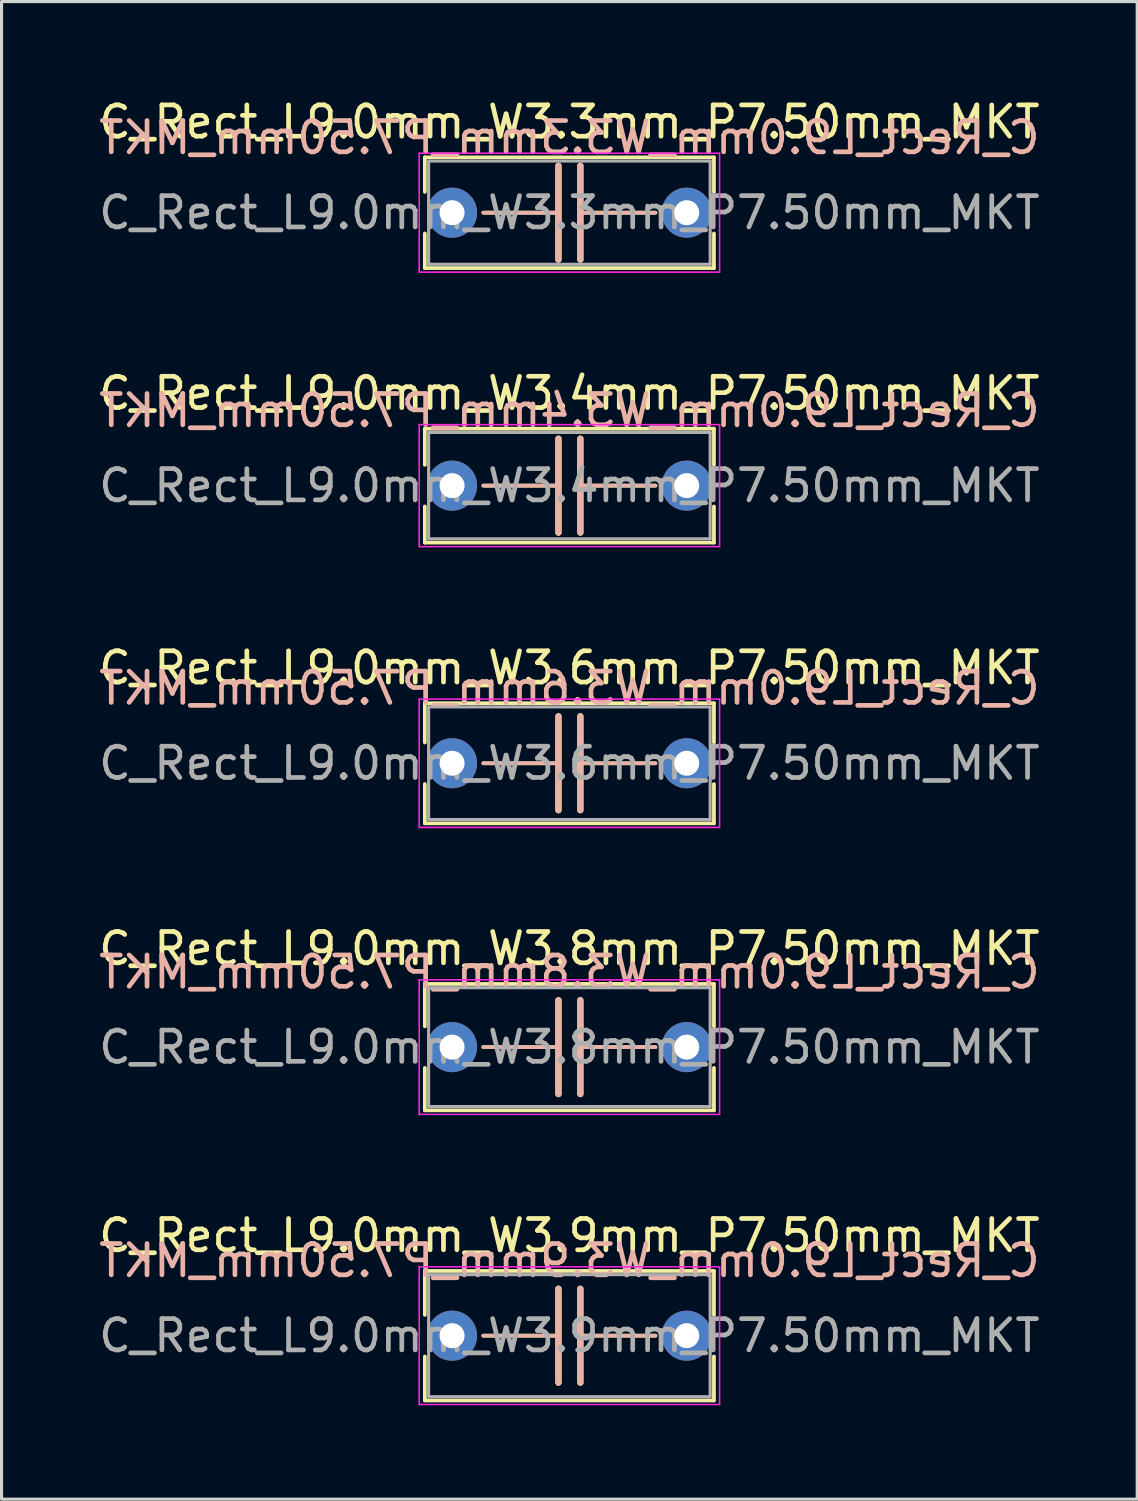
<source format=kicad_pcb>
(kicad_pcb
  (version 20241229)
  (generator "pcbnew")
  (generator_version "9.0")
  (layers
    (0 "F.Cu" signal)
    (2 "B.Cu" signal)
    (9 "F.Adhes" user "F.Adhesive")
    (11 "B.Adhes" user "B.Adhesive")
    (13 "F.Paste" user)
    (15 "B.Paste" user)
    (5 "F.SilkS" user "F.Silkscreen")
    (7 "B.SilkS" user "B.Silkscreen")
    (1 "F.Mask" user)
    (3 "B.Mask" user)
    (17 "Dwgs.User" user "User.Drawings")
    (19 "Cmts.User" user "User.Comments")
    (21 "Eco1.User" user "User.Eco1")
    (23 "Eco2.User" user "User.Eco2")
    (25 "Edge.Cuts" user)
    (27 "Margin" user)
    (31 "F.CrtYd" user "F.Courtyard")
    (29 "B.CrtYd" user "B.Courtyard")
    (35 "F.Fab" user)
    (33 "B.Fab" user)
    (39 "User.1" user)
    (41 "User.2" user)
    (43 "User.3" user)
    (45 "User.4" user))
  (footprint "C_Rect_L9.0mm_W3.4mm_P7.50mm_MKT"
    (layer "F.Cu")
    (at 11.399 12.472)
    (property "Reference" "C_Rect_L9.0mm_W3.4mm_P7.50mm_MKT" (at 3.75 -2.95 0) (layer "F.SilkS") (effects (font (size 1 1) (thickness 0.15))))
    (fp_line (start -0.87 -1.82) (end -0.87 -0.665) (stroke (width 0.12) (type solid)) (layer "F.SilkS"))
    (fp_line (start -0.87 -1.82) (end 8.37 -1.82) (stroke (width 0.12) (type solid)) (layer "F.SilkS"))
    (fp_line (start -0.87 0.665) (end -0.87 1.82) (stroke (width 0.12) (type solid)) (layer "F.SilkS"))
    (fp_line (start -0.87 1.82) (end 8.37 1.82) (stroke (width 0.12) (type solid)) (layer "F.SilkS"))
    (fp_line (start 1 0) (end 3.4 0) (stroke (width 0.12) (type solid)) (layer "F.SilkS"))
    (fp_line (start 3.4 -1.5) (end 3.4 1.5) (stroke (width 0.2) (type solid)) (layer "F.SilkS"))
    (fp_line (start 4.1 -1.5) (end 4.1 1.5) (stroke (width 0.2) (type solid)) (layer "F.SilkS"))
    (fp_line (start 4.1 0) (end 6.5 0) (stroke (width 0.12) (type solid)) (layer "F.SilkS"))
    (fp_line (start 8.37 -1.82) (end 8.37 -0.665) (stroke (width 0.12) (type solid)) (layer "F.SilkS"))
    (fp_line (start 8.37 0.665) (end 8.37 1.82) (stroke (width 0.12) (type solid)) (layer "F.SilkS"))
    (fp_line (start 1 0) (end 3.4 0) (stroke (width 0.12) (type solid)) (layer "B.SilkS"))
    (fp_line (start 3.4 1.5) (end 3.4 -1.5) (stroke (width 0.2) (type solid)) (layer "B.SilkS"))
    (fp_line (start 4.1 0) (end 6.5 0) (stroke (width 0.12) (type solid)) (layer "B.SilkS"))
    (fp_line (start 4.1 1.5) (end 4.1 -1.5) (stroke (width 0.2) (type solid)) (layer "B.SilkS"))
    (fp_line (start -1.05 -1.95) (end -1.05 1.95) (stroke (width 0.05) (type solid)) (layer "F.CrtYd"))
    (fp_line (start -1.05 1.95) (end 8.55 1.95) (stroke (width 0.05) (type solid)) (layer "F.CrtYd"))
    (fp_line (start 8.55 -1.95) (end -1.05 -1.95) (stroke (width 0.05) (type solid)) (layer "F.CrtYd"))
    (fp_line (start 8.55 1.95) (end 8.55 -1.95) (stroke (width 0.05) (type solid)) (layer "F.CrtYd"))
    (fp_line (start -0.75 -1.7) (end -0.75 1.7) (stroke (width 0.1) (type solid)) (layer "F.Fab"))
    (fp_line (start -0.75 1.7) (end 8.25 1.7) (stroke (width 0.1) (type solid)) (layer "F.Fab"))
    (fp_line (start 8.25 -1.7) (end -0.75 -1.7) (stroke (width 0.1) (type solid)) (layer "F.Fab"))
    (fp_line (start 8.25 1.7) (end 8.25 -1.7) (stroke (width 0.1) (type solid)) (layer "F.Fab"))
    (fp_text user "${REFERENCE}" (at 3.75 -2.4 0) (layer "B.SilkS") (effects (font (size 1 1) (thickness 0.15)) (justify mirror)))
    (fp_text user "${REFERENCE}" (at 3.75 0 0) (layer "F.Fab") (effects (font (size 1 1) (thickness 0.15))))
    (pad "1" thru_hole circle (at 0 0) (size 1.6 1.6) (drill 0.8) (layers "*.Cu" "*.Mask"))
    (pad "2" thru_hole circle (at 7.5 0) (size 1.6 1.6) (drill 0.8) (layers "*.Cu" "*.Mask")))
  (footprint "C_Rect_L9.0mm_W3.6mm_P7.50mm_MKT"
    (layer "F.Cu")
    (at 11.399 21.345)
    (property "Reference" "C_Rect_L9.0mm_W3.6mm_P7.50mm_MKT" (at 3.75 -3.05 0) (layer "F.SilkS") (effects (font (size 1 1) (thickness 0.15))))
    (fp_line (start -0.87 -1.92) (end -0.87 -0.665) (stroke (width 0.12) (type solid)) (layer "F.SilkS"))
    (fp_line (start -0.87 -1.92) (end 8.37 -1.92) (stroke (width 0.12) (type solid)) (layer "F.SilkS"))
    (fp_line (start -0.87 0.665) (end -0.87 1.92) (stroke (width 0.12) (type solid)) (layer "F.SilkS"))
    (fp_line (start -0.87 1.92) (end 8.37 1.92) (stroke (width 0.12) (type solid)) (layer "F.SilkS"))
    (fp_line (start 1 0) (end 3.4 0) (stroke (width 0.12) (type solid)) (layer "F.SilkS"))
    (fp_line (start 3.4 -1.5) (end 3.4 1.5) (stroke (width 0.2) (type solid)) (layer "F.SilkS"))
    (fp_line (start 4.1 -1.5) (end 4.1 1.5) (stroke (width 0.2) (type solid)) (layer "F.SilkS"))
    (fp_line (start 4.1 0) (end 6.5 0) (stroke (width 0.12) (type solid)) (layer "F.SilkS"))
    (fp_line (start 8.37 -1.92) (end 8.37 -0.665) (stroke (width 0.12) (type solid)) (layer "F.SilkS"))
    (fp_line (start 8.37 0.665) (end 8.37 1.92) (stroke (width 0.12) (type solid)) (layer "F.SilkS"))
    (fp_line (start 1 0) (end 3.4 0) (stroke (width 0.12) (type solid)) (layer "B.SilkS"))
    (fp_line (start 3.4 1.5) (end 3.4 -1.5) (stroke (width 0.2) (type solid)) (layer "B.SilkS"))
    (fp_line (start 4.1 0) (end 6.5 0) (stroke (width 0.12) (type solid)) (layer "B.SilkS"))
    (fp_line (start 4.1 1.5) (end 4.1 -1.5) (stroke (width 0.2) (type solid)) (layer "B.SilkS"))
    (fp_line (start -1.05 -2.05) (end -1.05 2.05) (stroke (width 0.05) (type solid)) (layer "F.CrtYd"))
    (fp_line (start -1.05 2.05) (end 8.55 2.05) (stroke (width 0.05) (type solid)) (layer "F.CrtYd"))
    (fp_line (start 8.55 -2.05) (end -1.05 -2.05) (stroke (width 0.05) (type solid)) (layer "F.CrtYd"))
    (fp_line (start 8.55 2.05) (end 8.55 -2.05) (stroke (width 0.05) (type solid)) (layer "F.CrtYd"))
    (fp_line (start -0.75 -1.8) (end -0.75 1.8) (stroke (width 0.1) (type solid)) (layer "F.Fab"))
    (fp_line (start -0.75 1.8) (end 8.25 1.8) (stroke (width 0.1) (type solid)) (layer "F.Fab"))
    (fp_line (start 8.25 -1.8) (end -0.75 -1.8) (stroke (width 0.1) (type solid)) (layer "F.Fab"))
    (fp_line (start 8.25 1.8) (end 8.25 -1.8) (stroke (width 0.1) (type solid)) (layer "F.Fab"))
    (fp_text user "${REFERENCE}" (at 3.75 -2.4 0) (layer "B.SilkS") (effects (font (size 1 1) (thickness 0.15)) (justify mirror)))
    (fp_text user "${REFERENCE}" (at 3.75 0 0) (layer "F.Fab") (effects (font (size 1 1) (thickness 0.15))))
    (pad "1" thru_hole circle (at 0 0) (size 1.6 1.6) (drill 0.8) (layers "*.Cu" "*.Mask"))
    (pad "2" thru_hole circle (at 7.5 0) (size 1.6 1.6) (drill 0.8) (layers "*.Cu" "*.Mask")))
  (footprint "C_Rect_L9.0mm_W3.3mm_P7.50mm_MKT"
    (layer "F.Cu")
    (at 11.399 3.748)
    (property "Reference" "C_Rect_L9.0mm_W3.3mm_P7.50mm_MKT" (at 3.75 -2.9 0) (layer "F.SilkS") (effects (font (size 1 1) (thickness 0.15))))
    (fp_line (start -0.87 -1.77) (end -0.87 -0.665) (stroke (width 0.12) (type solid)) (layer "F.SilkS"))
    (fp_line (start -0.87 -1.77) (end 8.37 -1.77) (stroke (width 0.12) (type solid)) (layer "F.SilkS"))
    (fp_line (start -0.87 0.665) (end -0.87 1.77) (stroke (width 0.12) (type solid)) (layer "F.SilkS"))
    (fp_line (start -0.87 1.77) (end 8.37 1.77) (stroke (width 0.12) (type solid)) (layer "F.SilkS"))
    (fp_line (start 1 0) (end 3.4 0) (stroke (width 0.12) (type solid)) (layer "F.SilkS"))
    (fp_line (start 3.4 -1.5) (end 3.4 1.5) (stroke (width 0.2) (type solid)) (layer "F.SilkS"))
    (fp_line (start 4.1 -1.5) (end 4.1 1.5) (stroke (width 0.2) (type solid)) (layer "F.SilkS"))
    (fp_line (start 4.1 0) (end 6.5 0) (stroke (width 0.12) (type solid)) (layer "F.SilkS"))
    (fp_line (start 8.37 -1.77) (end 8.37 -0.665) (stroke (width 0.12) (type solid)) (layer "F.SilkS"))
    (fp_line (start 8.37 0.665) (end 8.37 1.77) (stroke (width 0.12) (type solid)) (layer "F.SilkS"))
    (fp_line (start 1 0) (end 3.4 0) (stroke (width 0.12) (type solid)) (layer "B.SilkS"))
    (fp_line (start 3.4 1.5) (end 3.4 -1.5) (stroke (width 0.2) (type solid)) (layer "B.SilkS"))
    (fp_line (start 4.1 0) (end 6.5 0) (stroke (width 0.12) (type solid)) (layer "B.SilkS"))
    (fp_line (start 4.1 1.5) (end 4.1 -1.5) (stroke (width 0.2) (type solid)) (layer "B.SilkS"))
    (fp_line (start -1.05 -1.9) (end -1.05 1.9) (stroke (width 0.05) (type solid)) (layer "F.CrtYd"))
    (fp_line (start -1.05 1.9) (end 8.55 1.9) (stroke (width 0.05) (type solid)) (layer "F.CrtYd"))
    (fp_line (start 8.55 -1.9) (end -1.05 -1.9) (stroke (width 0.05) (type solid)) (layer "F.CrtYd"))
    (fp_line (start 8.55 1.9) (end 8.55 -1.9) (stroke (width 0.05) (type solid)) (layer "F.CrtYd"))
    (fp_line (start -0.75 -1.65) (end -0.75 1.65) (stroke (width 0.1) (type solid)) (layer "F.Fab"))
    (fp_line (start -0.75 1.65) (end 8.25 1.65) (stroke (width 0.1) (type solid)) (layer "F.Fab"))
    (fp_line (start 8.25 -1.65) (end -0.75 -1.65) (stroke (width 0.1) (type solid)) (layer "F.Fab"))
    (fp_line (start 8.25 1.65) (end 8.25 -1.65) (stroke (width 0.1) (type solid)) (layer "F.Fab"))
    (fp_text user "${REFERENCE}" (at 3.75 -2.4 0) (layer "B.SilkS") (effects (font (size 1 1) (thickness 0.15)) (justify mirror)))
    (fp_text user "${REFERENCE}" (at 3.75 0 0) (layer "F.Fab") (effects (font (size 1 1) (thickness 0.15))))
    (pad "1" thru_hole circle (at 0 0) (size 1.6 1.6) (drill 0.8) (layers "*.Cu" "*.Mask"))
    (pad "2" thru_hole circle (at 7.5 0) (size 1.6 1.6) (drill 0.8) (layers "*.Cu" "*.Mask")))
  (footprint "C_Rect_L9.0mm_W3.9mm_P7.50mm_MKT"
    (layer "F.Cu")
    (at 11.399 39.641)
    (property "Reference" "C_Rect_L9.0mm_W3.9mm_P7.50mm_MKT" (at 3.75 -3.2 0) (layer "F.SilkS") (effects (font (size 1 1) (thickness 0.15))))
    (fp_line (start -0.87 -2.07) (end -0.87 -0.665) (stroke (width 0.12) (type solid)) (layer "F.SilkS"))
    (fp_line (start -0.87 -2.07) (end 8.37 -2.07) (stroke (width 0.12) (type solid)) (layer "F.SilkS"))
    (fp_line (start -0.87 0.665) (end -0.87 2.07) (stroke (width 0.12) (type solid)) (layer "F.SilkS"))
    (fp_line (start -0.87 2.07) (end 8.37 2.07) (stroke (width 0.12) (type solid)) (layer "F.SilkS"))
    (fp_line (start 1 0) (end 3.4 0) (stroke (width 0.12) (type solid)) (layer "F.SilkS"))
    (fp_line (start 3.4 -1.5) (end 3.4 1.5) (stroke (width 0.2) (type solid)) (layer "F.SilkS"))
    (fp_line (start 4.1 -1.5) (end 4.1 1.5) (stroke (width 0.2) (type solid)) (layer "F.SilkS"))
    (fp_line (start 4.1 0) (end 6.5 0) (stroke (width 0.12) (type solid)) (layer "F.SilkS"))
    (fp_line (start 8.37 -2.07) (end 8.37 -0.665) (stroke (width 0.12) (type solid)) (layer "F.SilkS"))
    (fp_line (start 8.37 0.665) (end 8.37 2.07) (stroke (width 0.12) (type solid)) (layer "F.SilkS"))
    (fp_line (start 1 0) (end 3.4 0) (stroke (width 0.12) (type solid)) (layer "B.SilkS"))
    (fp_line (start 3.4 1.5) (end 3.4 -1.5) (stroke (width 0.2) (type solid)) (layer "B.SilkS"))
    (fp_line (start 4.1 0) (end 6.5 0) (stroke (width 0.12) (type solid)) (layer "B.SilkS"))
    (fp_line (start 4.1 1.5) (end 4.1 -1.5) (stroke (width 0.2) (type solid)) (layer "B.SilkS"))
    (fp_line (start -1.05 -2.2) (end -1.05 2.2) (stroke (width 0.05) (type solid)) (layer "F.CrtYd"))
    (fp_line (start -1.05 2.2) (end 8.55 2.2) (stroke (width 0.05) (type solid)) (layer "F.CrtYd"))
    (fp_line (start 8.55 -2.2) (end -1.05 -2.2) (stroke (width 0.05) (type solid)) (layer "F.CrtYd"))
    (fp_line (start 8.55 2.2) (end 8.55 -2.2) (stroke (width 0.05) (type solid)) (layer "F.CrtYd"))
    (fp_line (start -0.75 -1.95) (end -0.75 1.95) (stroke (width 0.1) (type solid)) (layer "F.Fab"))
    (fp_line (start -0.75 1.95) (end 8.25 1.95) (stroke (width 0.1) (type solid)) (layer "F.Fab"))
    (fp_line (start 8.25 -1.95) (end -0.75 -1.95) (stroke (width 0.1) (type solid)) (layer "F.Fab"))
    (fp_line (start 8.25 1.95) (end 8.25 -1.95) (stroke (width 0.1) (type solid)) (layer "F.Fab"))
    (fp_text user "${REFERENCE}" (at 3.75 -2.4 0) (layer "B.SilkS") (effects (font (size 1 1) (thickness 0.15)) (justify mirror)))
    (fp_text user "${REFERENCE}" (at 3.75 0 0) (layer "F.Fab") (effects (font (size 1 1) (thickness 0.15))))
    (pad "1" thru_hole circle (at 0 0) (size 1.6 1.6) (drill 0.8) (layers "*.Cu" "*.Mask"))
    (pad "2" thru_hole circle (at 7.5 0) (size 1.6 1.6) (drill 0.8) (layers "*.Cu" "*.Mask")))
  (footprint "C_Rect_L9.0mm_W3.8mm_P7.50mm_MKT"
    (layer "F.Cu")
    (at 11.399 30.418)
    (property "Reference" "C_Rect_L9.0mm_W3.8mm_P7.50mm_MKT" (at 3.75 -3.15 0) (layer "F.SilkS") (effects (font (size 1 1) (thickness 0.15))))
    (fp_line (start -0.87 -2.02) (end -0.87 -0.665) (stroke (width 0.12) (type solid)) (layer "F.SilkS"))
    (fp_line (start -0.87 -2.02) (end 8.37 -2.02) (stroke (width 0.12) (type solid)) (layer "F.SilkS"))
    (fp_line (start -0.87 0.665) (end -0.87 2.02) (stroke (width 0.12) (type solid)) (layer "F.SilkS"))
    (fp_line (start -0.87 2.02) (end 8.37 2.02) (stroke (width 0.12) (type solid)) (layer "F.SilkS"))
    (fp_line (start 1 0) (end 3.4 0) (stroke (width 0.12) (type solid)) (layer "F.SilkS"))
    (fp_line (start 3.4 -1.5) (end 3.4 1.5) (stroke (width 0.2) (type solid)) (layer "F.SilkS"))
    (fp_line (start 4.1 -1.5) (end 4.1 1.5) (stroke (width 0.2) (type solid)) (layer "F.SilkS"))
    (fp_line (start 4.1 0) (end 6.5 0) (stroke (width 0.12) (type solid)) (layer "F.SilkS"))
    (fp_line (start 8.37 -2.02) (end 8.37 -0.665) (stroke (width 0.12) (type solid)) (layer "F.SilkS"))
    (fp_line (start 8.37 0.665) (end 8.37 2.02) (stroke (width 0.12) (type solid)) (layer "F.SilkS"))
    (fp_line (start 1 0) (end 3.4 0) (stroke (width 0.12) (type solid)) (layer "B.SilkS"))
    (fp_line (start 3.4 1.5) (end 3.4 -1.5) (stroke (width 0.2) (type solid)) (layer "B.SilkS"))
    (fp_line (start 4.1 0) (end 6.5 0) (stroke (width 0.12) (type solid)) (layer "B.SilkS"))
    (fp_line (start 4.1 1.5) (end 4.1 -1.5) (stroke (width 0.2) (type solid)) (layer "B.SilkS"))
    (fp_line (start -1.05 -2.15) (end -1.05 2.15) (stroke (width 0.05) (type solid)) (layer "F.CrtYd"))
    (fp_line (start -1.05 2.15) (end 8.55 2.15) (stroke (width 0.05) (type solid)) (layer "F.CrtYd"))
    (fp_line (start 8.55 -2.15) (end -1.05 -2.15) (stroke (width 0.05) (type solid)) (layer "F.CrtYd"))
    (fp_line (start 8.55 2.15) (end 8.55 -2.15) (stroke (width 0.05) (type solid)) (layer "F.CrtYd"))
    (fp_line (start -0.75 -1.9) (end -0.75 1.9) (stroke (width 0.1) (type solid)) (layer "F.Fab"))
    (fp_line (start -0.75 1.9) (end 8.25 1.9) (stroke (width 0.1) (type solid)) (layer "F.Fab"))
    (fp_line (start 8.25 -1.9) (end -0.75 -1.9) (stroke (width 0.1) (type solid)) (layer "F.Fab"))
    (fp_line (start 8.25 1.9) (end 8.25 -1.9) (stroke (width 0.1) (type solid)) (layer "F.Fab"))
    (fp_text user "${REFERENCE}" (at 3.75 -2.4 0) (layer "B.SilkS") (effects (font (size 1 1) (thickness 0.15)) (justify mirror)))
    (fp_text user "${REFERENCE}" (at 3.75 0 0) (layer "F.Fab") (effects (font (size 1 1) (thickness 0.15))))
    (pad "1" thru_hole circle (at 0 0) (size 1.6 1.6) (drill 0.8) (layers "*.Cu" "*.Mask"))
    (pad "2" thru_hole circle (at 7.5 0) (size 1.6 1.6) (drill 0.8) (layers "*.Cu" "*.Mask")))
  (gr_rect
    (start -3 -3)
    (end 33.298 44.866)
    (stroke (width 0.1) (type default))
    (fill no)
    (layer "Edge.Cuts")))
</source>
